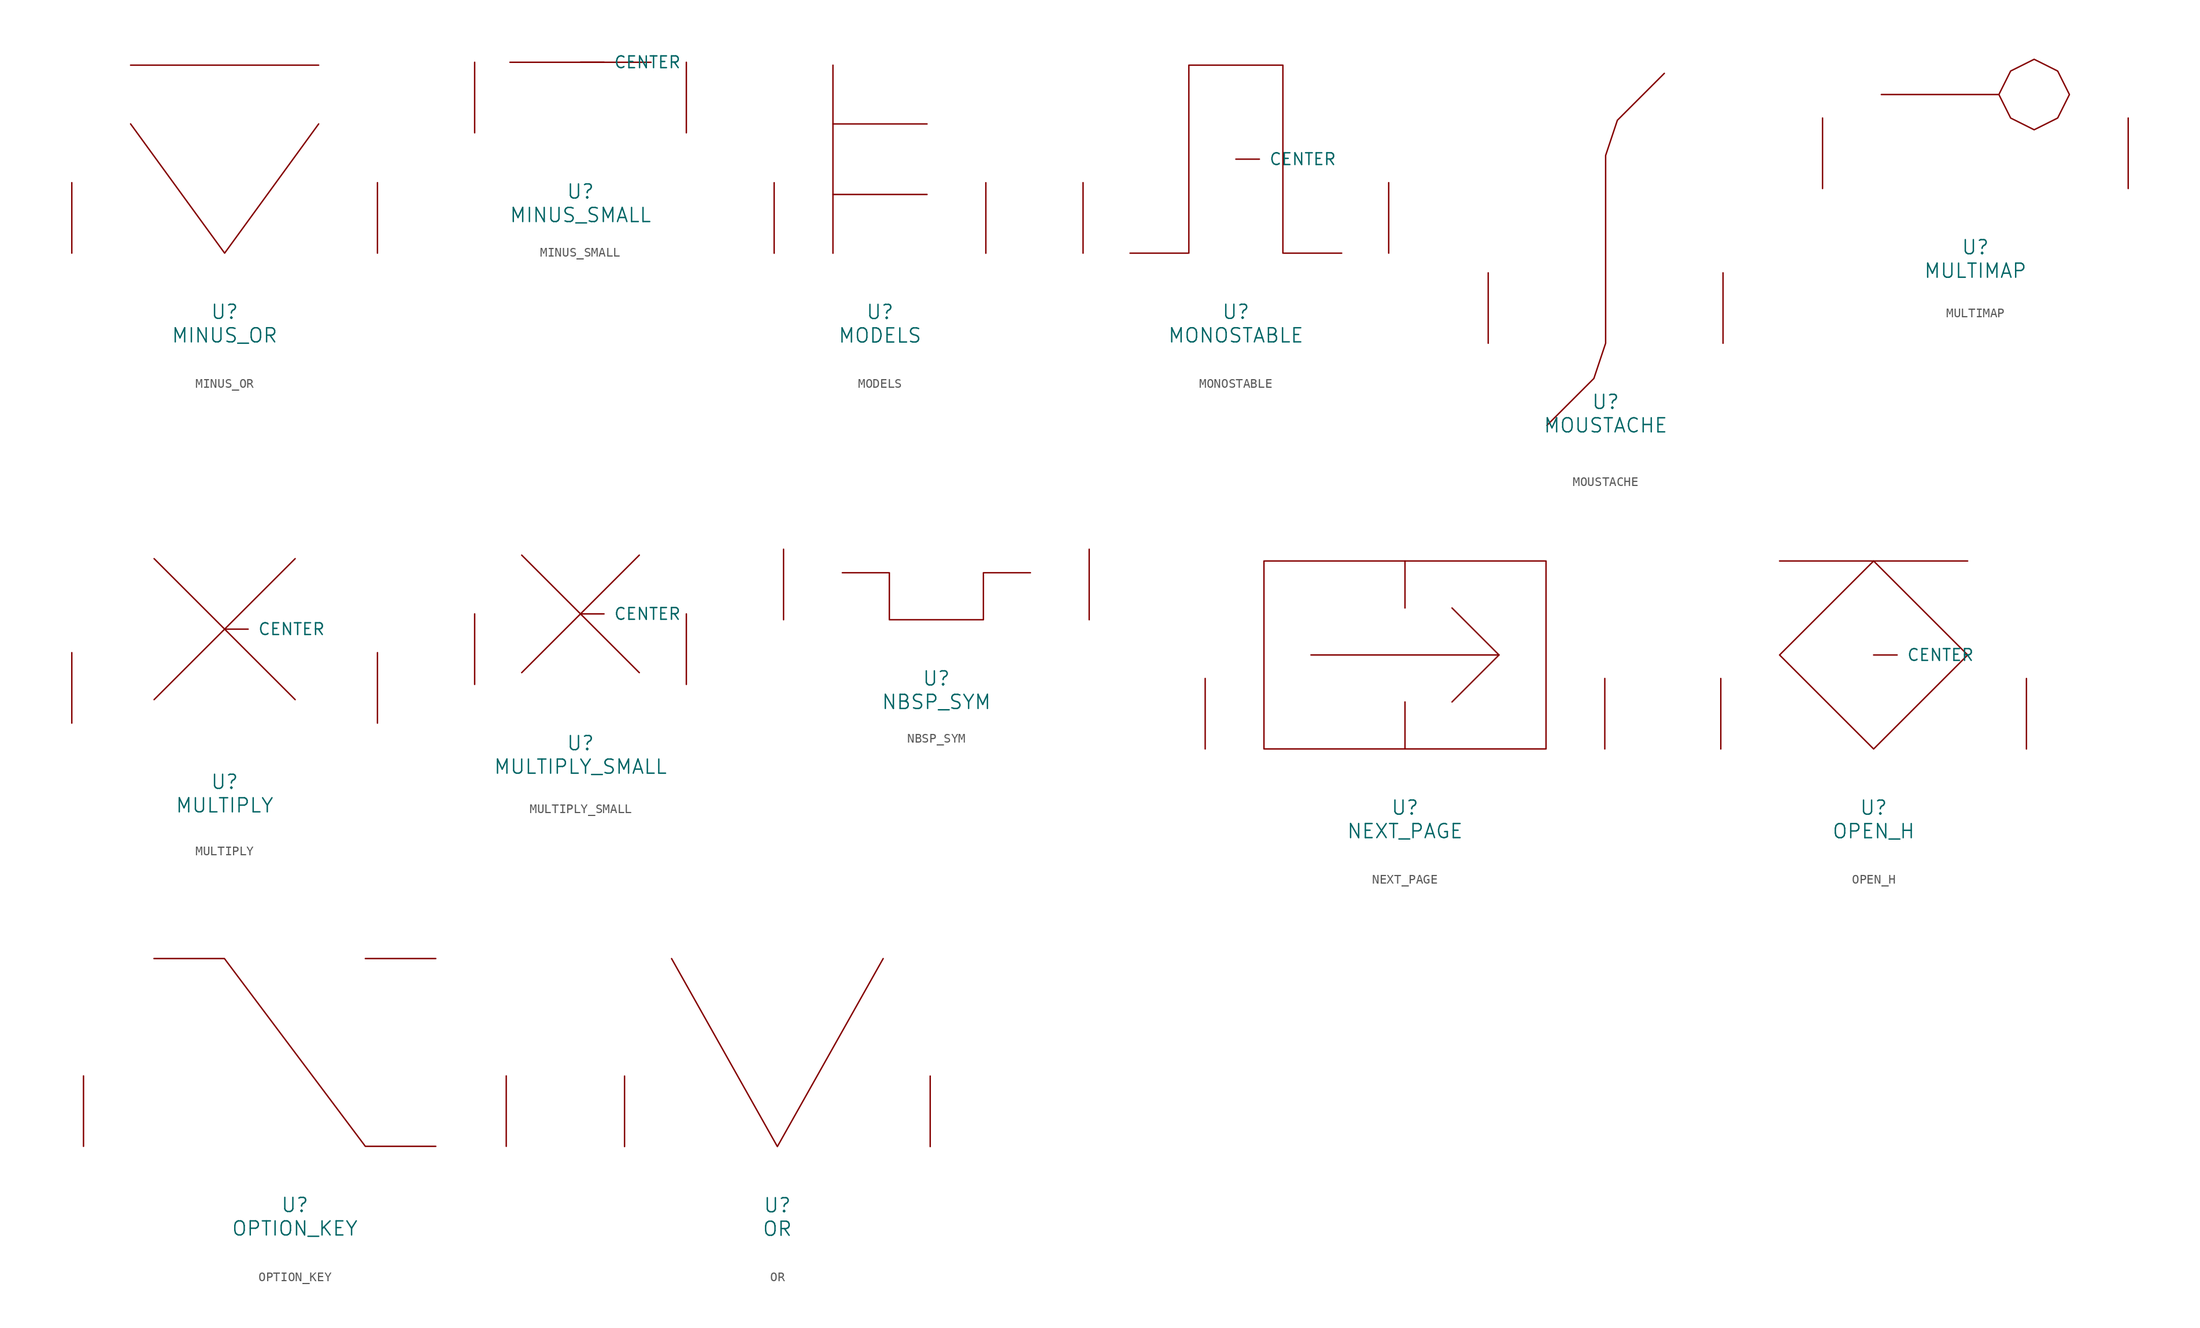
<source format=kicad_sym>
(kicad_symbol_lib
  (version 20220914)
  (generator font_lib2sym)
  (symbol "MINUS_OR"
    (pin_names
      (offset 1.016))
    (property "Reference" "U"
      (at 0 -6.35 0)
      (effects (font (size 1.524 1.524))))
    (property "Value" "MINUS_OR"
      (at 0 -8.89 0)
      (effects (font (size 1.524 1.524))))
    (symbol "MINUS_OR_0_1"
      (polyline (pts (xy -10.16 20.32) (xy 10.16 20.32)) (stroke (width 0) (type solid)) (fill (type none)))
      (polyline (pts (xy 10.16 13.97) (xy 0 0) (xy -10.16 13.97)) (stroke (width 0) (type solid)) (fill (type none)))
      (pin input line (at -16.51 0 90) (length 7.62) (name "~" (effects (font (size 1.27 1.27)))) (number "~" (effects (font (size 1.27 1.27)))))
      (pin input line (at 16.51 0 90) (length 7.62) (name "~" (effects (font (size 1.27 1.27)))) (number "~" (effects (font (size 1.27 1.27)))))))
  (symbol "MINUS_SMALL"
    (pin_names
      (offset 1.016))
    (property "Reference" "U"
      (at 0 -6.35 0)
      (effects (font (size 1.524 1.524))))
    (property "Value" "MINUS_SMALL"
      (at 0 -8.89 0)
      (effects (font (size 1.524 1.524))))
    (symbol "MINUS_SMALL_0_1"
      (polyline (pts (xy -7.62 7.62) (xy 7.62 7.62)) (stroke (width 0) (type solid)) (fill (type none)))
      (pin input line (at 0 7.62 0) (length 2.54) (name "CENTER" (effects (font (size 1.27 1.27)))) (number "~" (effects (font (size 1.27 1.27)))))
      (pin input line (at -11.43 0 90) (length 7.62) (name "~" (effects (font (size 1.27 1.27)))) (number "~" (effects (font (size 1.27 1.27)))))
      (pin input line (at 11.43 0 90) (length 7.62) (name "~" (effects (font (size 1.27 1.27)))) (number "~" (effects (font (size 1.27 1.27)))))))
  (symbol "MODELS"
    (pin_names
      (offset 1.016))
    (property "Reference" "U"
      (at 0 -6.35 0)
      (effects (font (size 1.524 1.524))))
    (property "Value" "MODELS"
      (at 0 -8.89 0)
      (effects (font (size 1.524 1.524))))
    (symbol "MODELS_0_1"
      (polyline (pts (xy -5.08 6.35) (xy 5.08 6.35)) (stroke (width 0) (type solid)) (fill (type none)))
      (polyline (pts (xy -5.08 13.97) (xy 5.08 13.97)) (stroke (width 0) (type solid)) (fill (type none)))
      (polyline (pts (xy -5.08 20.32) (xy -5.08 0)) (stroke (width 0) (type solid)) (fill (type none)))
      (pin input line (at -11.43 0 90) (length 7.62) (name "~" (effects (font (size 1.27 1.27)))) (number "~" (effects (font (size 1.27 1.27)))))
      (pin input line (at 11.43 0 90) (length 7.62) (name "~" (effects (font (size 1.27 1.27)))) (number "~" (effects (font (size 1.27 1.27)))))))
  (symbol "MONOSTABLE"
    (pin_names
      (offset 1.016))
    (property "Reference" "U"
      (at 0 -6.35 0)
      (effects (font (size 1.524 1.524))))
    (property "Value" "MONOSTABLE"
      (at 0 -8.89 0)
      (effects (font (size 1.524 1.524))))
    (symbol "MONOSTABLE_0_1"
      (polyline (pts (xy -11.43 0) (xy -5.08 0) (xy -5.08 20.32) (xy 5.08 20.32) (xy 5.08 0) (xy 11.43 0)) (stroke (width 0) (type solid)) (fill (type none)))
      (pin input line (at 0 10.16 0) (length 2.54) (name "CENTER" (effects (font (size 1.27 1.27)))) (number "~" (effects (font (size 1.27 1.27)))))
      (pin input line (at -16.51 0 90) (length 7.62) (name "~" (effects (font (size 1.27 1.27)))) (number "~" (effects (font (size 1.27 1.27)))))
      (pin input line (at 16.51 0 90) (length 7.62) (name "~" (effects (font (size 1.27 1.27)))) (number "~" (effects (font (size 1.27 1.27)))))))
  (symbol "MOUSTACHE"
    (pin_names
      (offset 1.016))
    (property "Reference" "U"
      (at 0 -6.35 0)
      (effects (font (size 1.524 1.524))))
    (property "Value" "MOUSTACHE"
      (at 0 -8.89 0)
      (effects (font (size 1.524 1.524))))
    (symbol "MOUSTACHE_0_1"
      (polyline (pts (xy 6.35 29.21) (xy 1.27 24.13) (xy 0 20.32) (xy 0 0) (xy -1.27 -3.81) (xy -6.35 -8.89)) (stroke (width 0) (type solid)) (fill (type none)))
      (pin input line (at -12.7 0 90) (length 7.62) (name "~" (effects (font (size 1.27 1.27)))) (number "~" (effects (font (size 1.27 1.27)))))
      (pin input line (at 12.7 0 90) (length 7.62) (name "~" (effects (font (size 1.27 1.27)))) (number "~" (effects (font (size 1.27 1.27)))))))
  (symbol "MULTIMAP"
    (pin_names
      (offset 1.016))
    (property "Reference" "U"
      (at 0 -6.35 0)
      (effects (font (size 1.524 1.524))))
    (property "Value" "MULTIMAP"
      (at 0 -8.89 0)
      (effects (font (size 1.524 1.524))))
    (symbol "MULTIMAP_0_1"
      (polyline (pts (xy -10.16 10.16) (xy 2.54 10.16) (xy 3.81 7.62) (xy 6.35 6.35) (xy 8.89 7.62) (xy 10.16 10.16) (xy 8.89 12.7) (xy 6.35 13.97) (xy 3.81 12.7) (xy 2.54 10.16)) (stroke (width 0) (type solid)) (fill (type none)))
      (pin input line (at -16.51 0 90) (length 7.62) (name "~" (effects (font (size 1.27 1.27)))) (number "~" (effects (font (size 1.27 1.27)))))
      (pin input line (at 16.51 0 90) (length 7.62) (name "~" (effects (font (size 1.27 1.27)))) (number "~" (effects (font (size 1.27 1.27)))))))
  (symbol "MULTIPLY"
    (pin_names
      (offset 1.016))
    (property "Reference" "U"
      (at 0 -6.35 0)
      (effects (font (size 1.524 1.524))))
    (property "Value" "MULTIPLY"
      (at 0 -8.89 0)
      (effects (font (size 1.524 1.524))))
    (symbol "MULTIPLY_0_1"
      (polyline (pts (xy -7.62 17.78) (xy 7.62 2.54)) (stroke (width 0) (type solid)) (fill (type none)))
      (polyline (pts (xy 7.62 17.78) (xy -7.62 2.54)) (stroke (width 0) (type solid)) (fill (type none)))
      (pin input line (at 0 10.16 0) (length 2.54) (name "CENTER" (effects (font (size 1.27 1.27)))) (number "~" (effects (font (size 1.27 1.27)))))
      (pin input line (at -16.51 0 90) (length 7.62) (name "~" (effects (font (size 1.27 1.27)))) (number "~" (effects (font (size 1.27 1.27)))))
      (pin input line (at 16.51 0 90) (length 7.62) (name "~" (effects (font (size 1.27 1.27)))) (number "~" (effects (font (size 1.27 1.27)))))))
  (symbol "MULTIPLY_SMALL"
    (pin_names
      (offset 1.016))
    (property "Reference" "U"
      (at 0 -6.35 0)
      (effects (font (size 1.524 1.524))))
    (property "Value" "MULTIPLY_SMALL"
      (at 0 -8.89 0)
      (effects (font (size 1.524 1.524))))
    (symbol "MULTIPLY_SMALL_0_1"
      (polyline (pts (xy -6.35 13.97) (xy 6.35 1.27)) (stroke (width 0) (type solid)) (fill (type none)))
      (polyline (pts (xy 6.35 13.97) (xy -6.35 1.27)) (stroke (width 0) (type solid)) (fill (type none)))
      (pin input line (at 0 7.62 0) (length 2.54) (name "CENTER" (effects (font (size 1.27 1.27)))) (number "~" (effects (font (size 1.27 1.27)))))
      (pin input line (at -11.43 0 90) (length 7.62) (name "~" (effects (font (size 1.27 1.27)))) (number "~" (effects (font (size 1.27 1.27)))))
      (pin input line (at 11.43 0 90) (length 7.62) (name "~" (effects (font (size 1.27 1.27)))) (number "~" (effects (font (size 1.27 1.27)))))))
  (symbol "NBSP_SYM"
    (pin_names
      (offset 1.016))
    (property "Reference" "U"
      (at 0 -6.35 0)
      (effects (font (size 1.524 1.524))))
    (property "Value" "NBSP_SYM"
      (at 0 -8.89 0)
      (effects (font (size 1.524 1.524))))
    (symbol "NBSP_SYM_0_1"
      (polyline (pts (xy -10.16 5.08) (xy -5.08 5.08) (xy -5.08 0) (xy 5.08 0) (xy 5.08 5.08) (xy 10.16 5.08)) (stroke (width 0) (type solid)) (fill (type none)))
      (pin input line (at -16.51 0 90) (length 7.62) (name "~" (effects (font (size 1.27 1.27)))) (number "~" (effects (font (size 1.27 1.27)))))
      (pin input line (at 16.51 0 90) (length 7.62) (name "~" (effects (font (size 1.27 1.27)))) (number "~" (effects (font (size 1.27 1.27)))))))
  (symbol "NEXT_PAGE"
    (pin_names
      (offset 1.016))
    (property "Reference" "U"
      (at 0 -6.35 0)
      (effects (font (size 1.524 1.524))))
    (property "Value" "NEXT_PAGE"
      (at 0 -8.89 0)
      (effects (font (size 1.524 1.524))))
    (symbol "NEXT_PAGE_0_1"
      (polyline (pts (xy -10.16 10.16) (xy 10.16 10.16)) (stroke (width 0) (type solid)) (fill (type none)))
      (polyline (pts (xy 0 5.08) (xy 0 0)) (stroke (width 0) (type solid)) (fill (type none)))
      (polyline (pts (xy 0 20.32) (xy 0 15.24)) (stroke (width 0) (type solid)) (fill (type none)))
      (polyline (pts (xy 5.08 5.08) (xy 10.16 10.16) (xy 5.08 15.24)) (stroke (width 0) (type solid)) (fill (type none)))
      (polyline (pts (xy -15.24 20.32) (xy 15.24 20.32) (xy 15.24 0) (xy -15.24 0) (xy -15.24 20.32)) (stroke (width 0) (type solid)) (fill (type none)))
      (pin input line (at -21.59 0 90) (length 7.62) (name "~" (effects (font (size 1.27 1.27)))) (number "~" (effects (font (size 1.27 1.27)))))
      (pin input line (at 21.59 0 90) (length 7.62) (name "~" (effects (font (size 1.27 1.27)))) (number "~" (effects (font (size 1.27 1.27)))))))
  (symbol "OPEN_H"
    (pin_names
      (offset 1.016))
    (property "Reference" "U"
      (at 0 -6.35 0)
      (effects (font (size 1.524 1.524))))
    (property "Value" "OPEN_H"
      (at 0 -8.89 0)
      (effects (font (size 1.524 1.524))))
    (symbol "OPEN_H_0_1"
      (polyline (pts (xy -10.16 20.32) (xy 10.16 20.32)) (stroke (width 0) (type solid)) (fill (type none)))
      (polyline (pts (xy -10.16 10.16) (xy 0 20.32) (xy 10.16 10.16) (xy 0 0) (xy -10.16 10.16)) (stroke (width 0) (type solid)) (fill (type none)))
      (pin input line (at 0 10.16 0) (length 2.54) (name "CENTER" (effects (font (size 1.27 1.27)))) (number "~" (effects (font (size 1.27 1.27)))))
      (pin input line (at -16.51 0 90) (length 7.62) (name "~" (effects (font (size 1.27 1.27)))) (number "~" (effects (font (size 1.27 1.27)))))
      (pin input line (at 16.51 0 90) (length 7.62) (name "~" (effects (font (size 1.27 1.27)))) (number "~" (effects (font (size 1.27 1.27)))))))
  (symbol "OPTION_KEY"
    (pin_names
      (offset 1.016))
    (property "Reference" "U"
      (at 0 -6.35 0)
      (effects (font (size 1.524 1.524))))
    (property "Value" "OPTION_KEY"
      (at 0 -8.89 0)
      (effects (font (size 1.524 1.524))))
    (symbol "OPTION_KEY_0_1"
      (polyline (pts (xy 7.62 20.32) (xy 15.24 20.32)) (stroke (width 0) (type solid)) (fill (type none)))
      (polyline (pts (xy -15.24 20.32) (xy -7.62 20.32) (xy 7.62 0) (xy 15.24 0)) (stroke (width 0) (type solid)) (fill (type none)))
      (pin input line (at -22.86 0 90) (length 7.62) (name "~" (effects (font (size 1.27 1.27)))) (number "~" (effects (font (size 1.27 1.27)))))
      (pin input line (at 22.86 0 90) (length 7.62) (name "~" (effects (font (size 1.27 1.27)))) (number "~" (effects (font (size 1.27 1.27)))))))
  (symbol "OR"
    (pin_names
      (offset 1.016))
    (property "Reference" "U"
      (at 0 -6.35 0)
      (effects (font (size 1.524 1.524))))
    (property "Value" "OR"
      (at 0 -8.89 0)
      (effects (font (size 1.524 1.524))))
    (symbol "OR_0_1"
      (polyline (pts (xy -11.43 20.32) (xy 0 0) (xy 11.43 20.32)) (stroke (width 0) (type solid)) (fill (type none)))
      (pin input line (at -16.51 0 90) (length 7.62) (name "~" (effects (font (size 1.27 1.27)))) (number "~" (effects (font (size 1.27 1.27)))))
      (pin input line (at 16.51 0 90) (length 7.62) (name "~" (effects (font (size 1.27 1.27)))) (number "~" (effects (font (size 1.27 1.27))))))))
</source>
